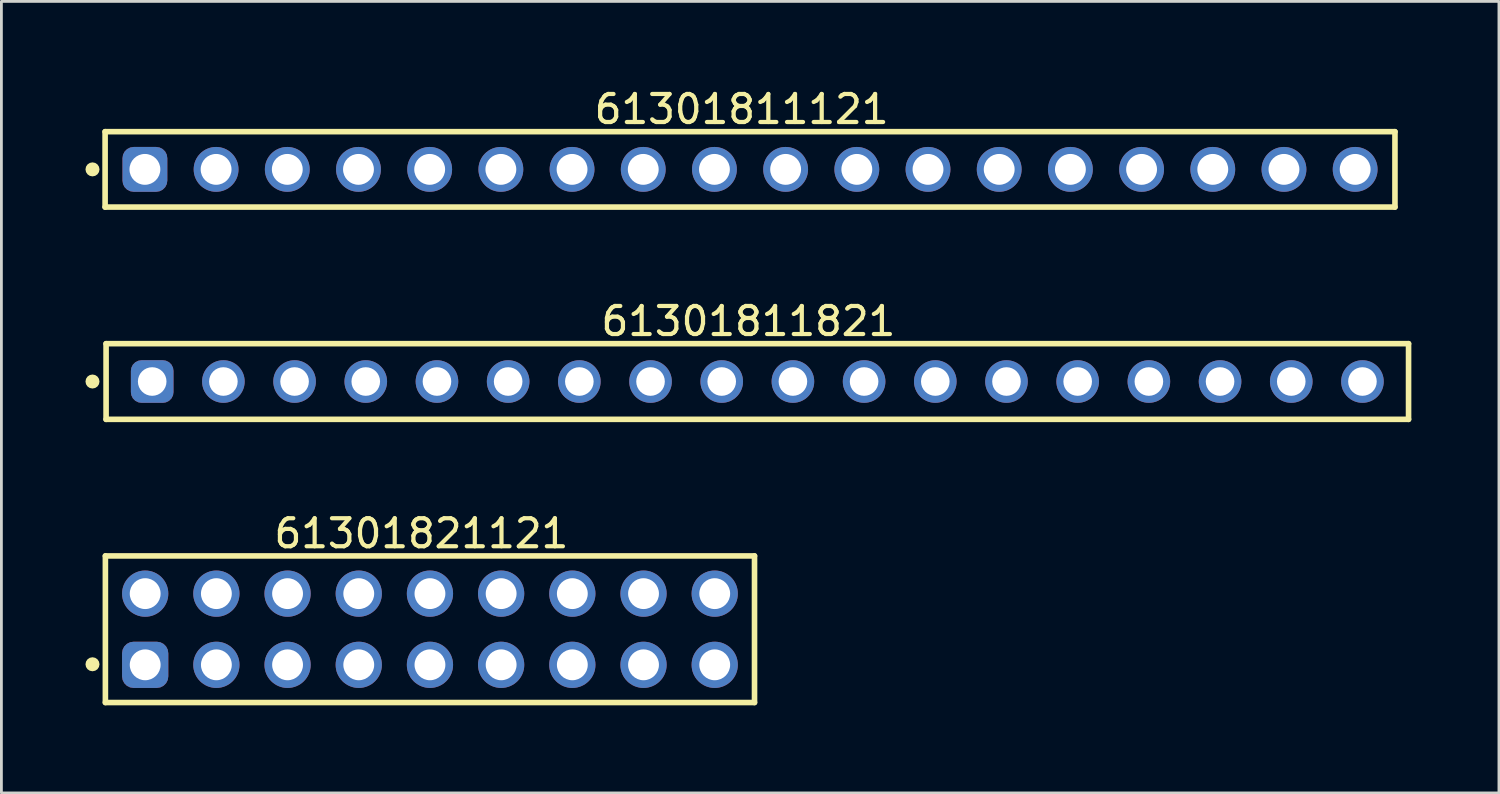
<source format=kicad_pcb>
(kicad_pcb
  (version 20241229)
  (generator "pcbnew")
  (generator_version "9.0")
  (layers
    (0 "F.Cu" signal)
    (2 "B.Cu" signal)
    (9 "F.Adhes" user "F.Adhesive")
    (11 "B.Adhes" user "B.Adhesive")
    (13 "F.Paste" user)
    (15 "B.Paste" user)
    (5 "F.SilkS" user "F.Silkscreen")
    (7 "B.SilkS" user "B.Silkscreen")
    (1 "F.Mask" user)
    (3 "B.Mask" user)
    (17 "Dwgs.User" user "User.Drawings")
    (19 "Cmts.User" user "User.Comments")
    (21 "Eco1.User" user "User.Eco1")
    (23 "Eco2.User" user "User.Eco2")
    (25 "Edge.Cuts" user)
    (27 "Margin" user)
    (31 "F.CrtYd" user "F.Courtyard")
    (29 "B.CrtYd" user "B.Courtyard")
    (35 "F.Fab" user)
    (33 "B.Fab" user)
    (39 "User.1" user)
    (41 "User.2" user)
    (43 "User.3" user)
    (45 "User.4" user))
  (footprint "61301821121"
    (layer "F.Cu")
    (at 12.29 19.4)
    (property "Reference" "61301821121" (at -0.305 -3.415 0) (layer "F.SilkS") (effects (font (size 1 1) (thickness 0.15))))
    (fp_line (start -11.58 -2.615) (end 11.58 -2.615) (stroke (width 0.2) (type solid)) (layer "F.SilkS"))
    (fp_line (start -11.58 2.615) (end -11.58 -2.615) (stroke (width 0.2) (type solid)) (layer "F.SilkS"))
    (fp_line (start -11.58 2.615) (end 11.58 2.615) (stroke (width 0.2) (type solid)) (layer "F.SilkS"))
    (fp_line (start 11.58 2.615) (end 11.58 -2.615) (stroke (width 0.2) (type solid)) (layer "F.SilkS"))
    (fp_circle (center -12.04 1.25) (end -12.04 1.125) (stroke (width 0.25) (type solid)) (fill no) (layer "F.SilkS"))
    (fp_line (start -11.78 -2.815) (end 11.78 -2.815) (stroke (width 0.05) (type solid)) (layer "Eco2.User"))
    (fp_line (start -11.78 2.815) (end -11.78 -2.815) (stroke (width 0.05) (type solid)) (layer "Eco2.User"))
    (fp_line (start -11.78 2.815) (end 11.78 2.815) (stroke (width 0.05) (type solid)) (layer "Eco2.User"))
    (fp_line (start -11.43 -2.54) (end 11.43 -2.54) (stroke (width 0.1) (type solid)) (layer "Eco2.User"))
    (fp_line (start -11.43 2.54) (end -11.43 -2.54) (stroke (width 0.1) (type solid)) (layer "Eco2.User"))
    (fp_line (start -11.43 2.54) (end 11.43 2.54) (stroke (width 0.1) (type solid)) (layer "Eco2.User"))
    (fp_line (start -0.5 0) (end 0.5 0) (stroke (width 0.05) (type solid)) (layer "Eco2.User"))
    (fp_line (start 0 0.5) (end 0 -0.5) (stroke (width 0.05) (type solid)) (layer "Eco2.User"))
    (fp_line (start 11.43 2.54) (end 11.43 -2.54) (stroke (width 0.1) (type solid)) (layer "Eco2.User"))
    (fp_line (start 11.78 2.815) (end 11.78 -2.815) (stroke (width 0.05) (type solid)) (layer "Eco2.User"))
    (fp_text user "${REFERENCE}" (at 0.15 -0.197 0) (unlocked yes) (layer "User.3") (effects (font (size 1.5 1.5) (thickness 0.15))))
    (pad "1" thru_hole roundrect (at -10.16 1.27) (size 1.65 1.65) (drill 1.1) (layers "*.Cu" "*.Mask") (roundrect_rratio 0.25))
    (pad "2" thru_hole circle (at -10.16 -1.27) (size 1.65 1.65) (drill 1.1) (layers "*.Cu" "*.Mask"))
    (pad "3" thru_hole circle (at -7.62 1.27) (size 1.65 1.65) (drill 1.1) (layers "*.Cu" "*.Mask"))
    (pad "4" thru_hole circle (at -7.62 -1.27) (size 1.65 1.65) (drill 1.1) (layers "*.Cu" "*.Mask"))
    (pad "5" thru_hole circle (at -5.08 1.27) (size 1.65 1.65) (drill 1.1) (layers "*.Cu" "*.Mask"))
    (pad "6" thru_hole circle (at -5.08 -1.27) (size 1.65 1.65) (drill 1.1) (layers "*.Cu" "*.Mask"))
    (pad "7" thru_hole circle (at -2.54 1.27) (size 1.65 1.65) (drill 1.1) (layers "*.Cu" "*.Mask"))
    (pad "8" thru_hole circle (at -2.54 -1.27) (size 1.65 1.65) (drill 1.1) (layers "*.Cu" "*.Mask"))
    (pad "9" thru_hole circle (at 0 1.27) (size 1.65 1.65) (drill 1.1) (layers "*.Cu" "*.Mask"))
    (pad "10" thru_hole circle (at 0 -1.27) (size 1.65 1.65) (drill 1.1) (layers "*.Cu" "*.Mask"))
    (pad "11" thru_hole circle (at 2.54 1.27) (size 1.65 1.65) (drill 1.1) (layers "*.Cu" "*.Mask"))
    (pad "12" thru_hole circle (at 2.54 -1.27) (size 1.65 1.65) (drill 1.1) (layers "*.Cu" "*.Mask"))
    (pad "13" thru_hole circle (at 5.08 1.27) (size 1.65 1.65) (drill 1.1) (layers "*.Cu" "*.Mask"))
    (pad "14" thru_hole circle (at 5.08 -1.27) (size 1.65 1.65) (drill 1.1) (layers "*.Cu" "*.Mask"))
    (pad "15" thru_hole circle (at 7.62 1.27) (size 1.65 1.65) (drill 1.1) (layers "*.Cu" "*.Mask"))
    (pad "16" thru_hole circle (at 7.62 -1.27) (size 1.65 1.65) (drill 1.1) (layers "*.Cu" "*.Mask"))
    (pad "17" thru_hole circle (at 10.16 1.27) (size 1.65 1.65) (drill 1.1) (layers "*.Cu" "*.Mask"))
    (pad "18" thru_hole circle (at 10.16 -1.27) (size 1.65 1.65) (drill 1.1) (layers "*.Cu" "*.Mask")))
  (footprint "61301811821"
    (layer "F.Cu")
    (at 23.97 10.562)
    (property "Reference" "61301811821" (at -0.318 -2.15 0) (layer "F.SilkS") (effects (font (size 1 1) (thickness 0.15))))
    (fp_line (start -23.235 -1.35) (end 23.235 -1.35) (stroke (width 0.2) (type solid)) (layer "F.SilkS"))
    (fp_line (start -23.235 1.35) (end -23.235 -1.35) (stroke (width 0.2) (type solid)) (layer "F.SilkS"))
    (fp_line (start -23.235 1.35) (end 23.235 1.35) (stroke (width 0.2) (type solid)) (layer "F.SilkS"))
    (fp_line (start 23.235 1.35) (end 23.235 -1.35) (stroke (width 0.2) (type solid)) (layer "F.SilkS"))
    (fp_circle (center -23.72 0) (end -23.72 -0.125) (stroke (width 0.25) (type solid)) (fill no) (layer "F.SilkS"))
    (fp_line (start -23.435 -1.55) (end 23.435 -1.55) (stroke (width 0.05) (type solid)) (layer "Eco2.User"))
    (fp_line (start -23.435 1.55) (end -23.435 -1.55) (stroke (width 0.05) (type solid)) (layer "Eco2.User"))
    (fp_line (start -23.435 1.55) (end 23.435 1.55) (stroke (width 0.05) (type solid)) (layer "Eco2.User"))
    (fp_line (start -23.11 -1.25) (end 23.11 -1.25) (stroke (width 0.1) (type solid)) (layer "Eco2.User"))
    (fp_line (start -23.11 1.25) (end -23.11 -1.25) (stroke (width 0.1) (type solid)) (layer "Eco2.User"))
    (fp_line (start -23.11 1.25) (end 23.11 1.25) (stroke (width 0.1) (type solid)) (layer "Eco2.User"))
    (fp_line (start -0.5 0) (end 0.5 0) (stroke (width 0.05) (type solid)) (layer "Eco2.User"))
    (fp_line (start 0 0.5) (end 0 -0.5) (stroke (width 0.05) (type solid)) (layer "Eco2.User"))
    (fp_line (start 23.11 1.25) (end 23.11 -1.25) (stroke (width 0.1) (type solid)) (layer "Eco2.User"))
    (fp_line (start 23.435 1.55) (end 23.435 -1.55) (stroke (width 0.05) (type solid)) (layer "Eco2.User"))
    (fp_text user "${REFERENCE}" (at 0.15 -0.197 0) (unlocked yes) (layer "User.3") (effects (font (size 1.5 1.5) (thickness 0.15))))
    (pad "1" thru_hole roundrect (at -21.59 0) (size 1.52 1.52) (drill 1.02) (layers "*.Cu" "*.Mask") (roundrect_rratio 0.25))
    (pad "2" thru_hole circle (at -19.05 0) (size 1.52 1.52) (drill 1.02) (layers "*.Cu" "*.Mask"))
    (pad "3" thru_hole circle (at -16.51 0) (size 1.52 1.52) (drill 1.02) (layers "*.Cu" "*.Mask"))
    (pad "4" thru_hole circle (at -13.97 0) (size 1.52 1.52) (drill 1.02) (layers "*.Cu" "*.Mask"))
    (pad "5" thru_hole circle (at -11.43 0) (size 1.52 1.52) (drill 1.02) (layers "*.Cu" "*.Mask"))
    (pad "6" thru_hole circle (at -8.89 0) (size 1.52 1.52) (drill 1.02) (layers "*.Cu" "*.Mask"))
    (pad "7" thru_hole circle (at -6.35 0) (size 1.52 1.52) (drill 1.02) (layers "*.Cu" "*.Mask"))
    (pad "8" thru_hole circle (at -3.81 0) (size 1.52 1.52) (drill 1.02) (layers "*.Cu" "*.Mask"))
    (pad "9" thru_hole circle (at -1.27 0) (size 1.52 1.52) (drill 1.02) (layers "*.Cu" "*.Mask"))
    (pad "10" thru_hole circle (at 1.27 0) (size 1.52 1.52) (drill 1.02) (layers "*.Cu" "*.Mask"))
    (pad "11" thru_hole circle (at 3.81 0) (size 1.52 1.52) (drill 1.02) (layers "*.Cu" "*.Mask"))
    (pad "12" thru_hole circle (at 6.35 0) (size 1.52 1.52) (drill 1.02) (layers "*.Cu" "*.Mask"))
    (pad "13" thru_hole circle (at 8.89 0) (size 1.52 1.52) (drill 1.02) (layers "*.Cu" "*.Mask"))
    (pad "14" thru_hole circle (at 11.43 0) (size 1.52 1.52) (drill 1.02) (layers "*.Cu" "*.Mask"))
    (pad "15" thru_hole circle (at 13.97 0) (size 1.52 1.52) (drill 1.02) (layers "*.Cu" "*.Mask"))
    (pad "16" thru_hole circle (at 16.51 0) (size 1.52 1.52) (drill 1.02) (layers "*.Cu" "*.Mask"))
    (pad "17" thru_hole circle (at 19.05 0) (size 1.52 1.52) (drill 1.02) (layers "*.Cu" "*.Mask"))
    (pad "18" thru_hole circle (at 21.59 0) (size 1.52 1.52) (drill 1.02) (layers "*.Cu" "*.Mask")))
  (footprint "61301811121"
    (layer "F.Cu")
    (at 23.71 2.993)
    (property "Reference" "61301811121" (at -0.3 -2.145 0) (layer "F.SilkS") (effects (font (size 1 1) (thickness 0.15))))
    (fp_line (start -23.01 -1.345) (end 23.01 -1.345) (stroke (width 0.2) (type solid)) (layer "F.SilkS"))
    (fp_line (start -23.01 1.345) (end -23.01 -1.345) (stroke (width 0.2) (type solid)) (layer "F.SilkS"))
    (fp_line (start -23.01 1.345) (end 23.01 1.345) (stroke (width 0.2) (type solid)) (layer "F.SilkS"))
    (fp_line (start 23.01 1.345) (end 23.01 -1.345) (stroke (width 0.2) (type solid)) (layer "F.SilkS"))
    (fp_circle (center -23.46 0) (end -23.46 -0.125) (stroke (width 0.25) (type solid)) (fill no) (layer "F.SilkS"))
    (fp_line (start -23.21 -1.545) (end 23.21 -1.545) (stroke (width 0.05) (type solid)) (layer "Eco2.User"))
    (fp_line (start -23.21 1.545) (end -23.21 -1.545) (stroke (width 0.05) (type solid)) (layer "Eco2.User"))
    (fp_line (start -23.21 1.545) (end 23.21 1.545) (stroke (width 0.05) (type solid)) (layer "Eco2.User"))
    (fp_line (start -22.86 -1.27) (end 22.86 -1.27) (stroke (width 0.1) (type solid)) (layer "Eco2.User"))
    (fp_line (start -22.86 1.27) (end -22.86 -1.27) (stroke (width 0.1) (type solid)) (layer "Eco2.User"))
    (fp_line (start -22.86 1.27) (end 22.86 1.27) (stroke (width 0.1) (type solid)) (layer "Eco2.User"))
    (fp_line (start -0.5 0) (end 0.5 0) (stroke (width 0.05) (type solid)) (layer "Eco2.User"))
    (fp_line (start 0 0.5) (end 0 -0.5) (stroke (width 0.05) (type solid)) (layer "Eco2.User"))
    (fp_line (start 22.86 1.27) (end 22.86 -1.27) (stroke (width 0.1) (type solid)) (layer "Eco2.User"))
    (fp_line (start 23.21 1.545) (end 23.21 -1.545) (stroke (width 0.05) (type solid)) (layer "Eco2.User"))
    (fp_text user "${REFERENCE}" (at 0.15 -0.197 0) (unlocked yes) (layer "User.3") (effects (font (size 1.5 1.5) (thickness 0.15))))
    (pad "1" thru_hole roundrect (at -21.59 0) (size 1.6 1.6) (drill 1.1) (layers "*.Cu" "*.Mask") (roundrect_rratio 0.25))
    (pad "2" thru_hole circle (at -19.05 0) (size 1.6 1.6) (drill 1.1) (layers "*.Cu" "*.Mask"))
    (pad "3" thru_hole circle (at -16.51 0) (size 1.6 1.6) (drill 1.1) (layers "*.Cu" "*.Mask"))
    (pad "4" thru_hole circle (at -13.97 0) (size 1.6 1.6) (drill 1.1) (layers "*.Cu" "*.Mask"))
    (pad "5" thru_hole circle (at -11.43 0) (size 1.6 1.6) (drill 1.1) (layers "*.Cu" "*.Mask"))
    (pad "6" thru_hole circle (at -8.89 0) (size 1.6 1.6) (drill 1.1) (layers "*.Cu" "*.Mask"))
    (pad "7" thru_hole circle (at -6.35 0) (size 1.6 1.6) (drill 1.1) (layers "*.Cu" "*.Mask"))
    (pad "8" thru_hole circle (at -3.81 0) (size 1.6 1.6) (drill 1.1) (layers "*.Cu" "*.Mask"))
    (pad "9" thru_hole circle (at -1.27 0) (size 1.6 1.6) (drill 1.1) (layers "*.Cu" "*.Mask"))
    (pad "10" thru_hole circle (at 1.27 0) (size 1.6 1.6) (drill 1.1) (layers "*.Cu" "*.Mask"))
    (pad "11" thru_hole circle (at 3.81 0) (size 1.6 1.6) (drill 1.1) (layers "*.Cu" "*.Mask"))
    (pad "12" thru_hole circle (at 6.35 0) (size 1.6 1.6) (drill 1.1) (layers "*.Cu" "*.Mask"))
    (pad "13" thru_hole circle (at 8.89 0) (size 1.6 1.6) (drill 1.1) (layers "*.Cu" "*.Mask"))
    (pad "14" thru_hole circle (at 11.43 0) (size 1.6 1.6) (drill 1.1) (layers "*.Cu" "*.Mask"))
    (pad "15" thru_hole circle (at 13.97 0) (size 1.6 1.6) (drill 1.1) (layers "*.Cu" "*.Mask"))
    (pad "16" thru_hole circle (at 16.51 0) (size 1.6 1.6) (drill 1.1) (layers "*.Cu" "*.Mask"))
    (pad "17" thru_hole circle (at 19.05 0) (size 1.6 1.6) (drill 1.1) (layers "*.Cu" "*.Mask"))
    (pad "18" thru_hole circle (at 21.59 0) (size 1.6 1.6) (drill 1.1) (layers "*.Cu" "*.Mask")))
  (gr_rect
    (start -3 -3)
    (end 50.43 25.24)
    (stroke (width 0.1) (type default))
    (fill no)
    (layer "Edge.Cuts")))
</source>
